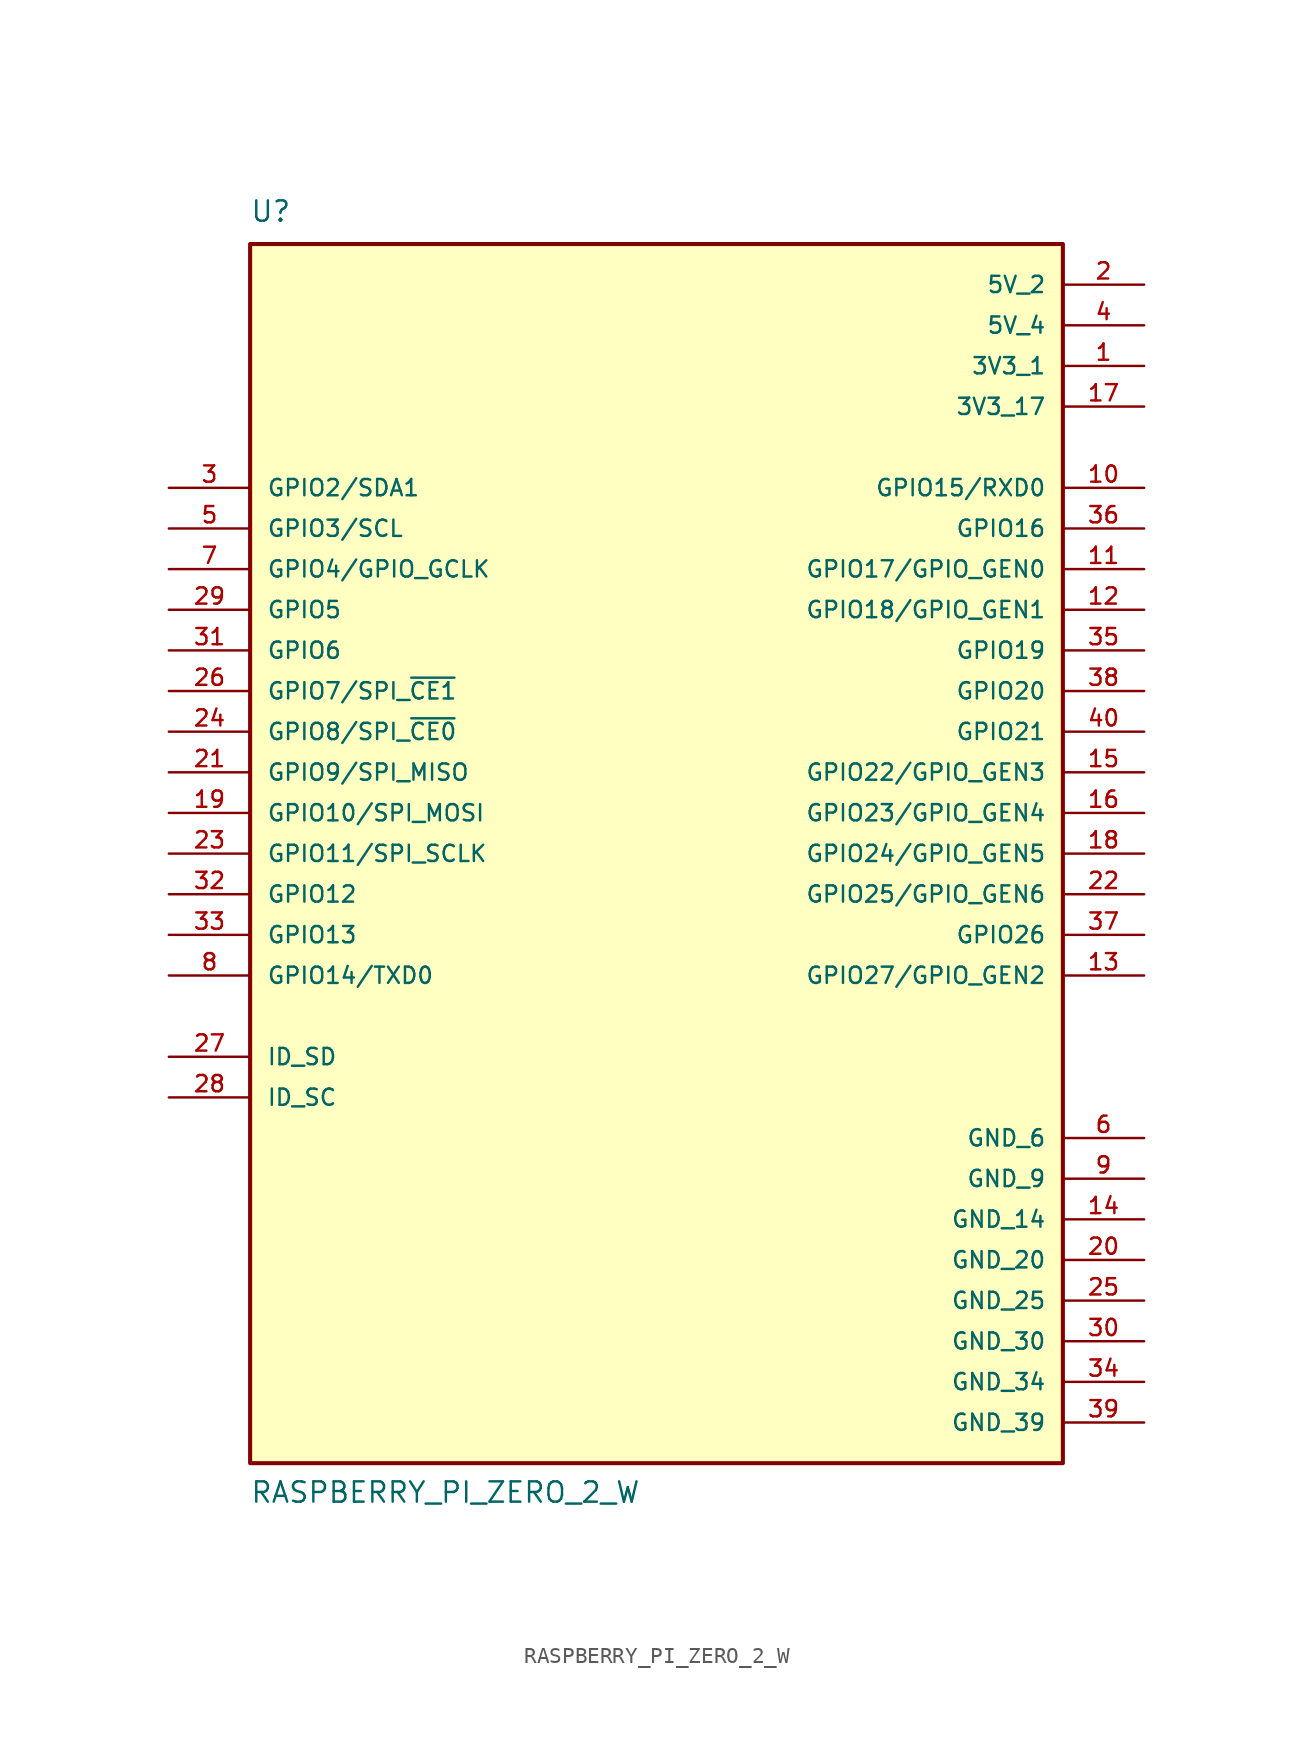
<source format=kicad_sym>
(kicad_symbol_lib
  (version 20231120)
  (generator "kicad_symbol_editor")
  (generator_version "8.0")
  (symbol "RASPBERRY_PI_ZERO_2_W"
    (pin_names
      (offset 1.016))
    (property "Reference" "U"
      (at -25.42 39.396 0)
      (effects (font (size 1.27 1.27)) (justify left bottom)))
    (property "Value" "RASPBERRY_PI_ZERO_2_W"
      (at -25.419 -40.669 0)
      (effects (font (size 1.27 1.27)) (justify left bottom)))
    (symbol "RASPBERRY_PI_ZERO_2_W_0_0"
      (rectangle (start -25.4 38.1) (end 25.4 -38.1) (stroke (width 0.254) (type default)) (fill (type background)))
      (pin power_in line (at 30.48 30.48 180) (length 5.08) (name "3V3_1" (effects (font (size 1.016 1.016)))) (number "1" (effects (font (size 1.016 1.016)))))
      (pin bidirectional line (at 30.48 22.86 180) (length 5.08) (name "GPIO15/RXD0" (effects (font (size 1.016 1.016)))) (number "10" (effects (font (size 1.016 1.016)))))
      (pin bidirectional line (at 30.48 17.78 180) (length 5.08) (name "GPIO17/GPIO_GEN0" (effects (font (size 1.016 1.016)))) (number "11" (effects (font (size 1.016 1.016)))))
      (pin bidirectional line (at 30.48 15.24 180) (length 5.08) (name "GPIO18/GPIO_GEN1" (effects (font (size 1.016 1.016)))) (number "12" (effects (font (size 1.016 1.016)))))
      (pin bidirectional line (at 30.48 -7.62 180) (length 5.08) (name "GPIO27/GPIO_GEN2" (effects (font (size 1.016 1.016)))) (number "13" (effects (font (size 1.016 1.016)))))
      (pin power_in line (at 30.48 -22.86 180) (length 5.08) (name "GND_14" (effects (font (size 1.016 1.016)))) (number "14" (effects (font (size 1.016 1.016)))))
      (pin bidirectional line (at 30.48 5.08 180) (length 5.08) (name "GPIO22/GPIO_GEN3" (effects (font (size 1.016 1.016)))) (number "15" (effects (font (size 1.016 1.016)))))
      (pin bidirectional line (at 30.48 2.54 180) (length 5.08) (name "GPIO23/GPIO_GEN4" (effects (font (size 1.016 1.016)))) (number "16" (effects (font (size 1.016 1.016)))))
      (pin power_in line (at 30.48 27.94 180) (length 5.08) (name "3V3_17" (effects (font (size 1.016 1.016)))) (number "17" (effects (font (size 1.016 1.016)))))
      (pin bidirectional line (at 30.48 0 180) (length 5.08) (name "GPIO24/GPIO_GEN5" (effects (font (size 1.016 1.016)))) (number "18" (effects (font (size 1.016 1.016)))))
      (pin bidirectional line (at -30.48 2.54 0) (length 5.08) (name "GPIO10/SPI_MOSI" (effects (font (size 1.016 1.016)))) (number "19" (effects (font (size 1.016 1.016)))))
      (pin power_in line (at 30.48 35.56 180) (length 5.08) (name "5V_2" (effects (font (size 1.016 1.016)))) (number "2" (effects (font (size 1.016 1.016)))))
      (pin power_in line (at 30.48 -25.4 180) (length 5.08) (name "GND_20" (effects (font (size 1.016 1.016)))) (number "20" (effects (font (size 1.016 1.016)))))
      (pin bidirectional line (at -30.48 5.08 0) (length 5.08) (name "GPIO9/SPI_MISO" (effects (font (size 1.016 1.016)))) (number "21" (effects (font (size 1.016 1.016)))))
      (pin bidirectional line (at 30.48 -2.54 180) (length 5.08) (name "GPIO25/GPIO_GEN6" (effects (font (size 1.016 1.016)))) (number "22" (effects (font (size 1.016 1.016)))))
      (pin bidirectional line (at -30.48 0 0) (length 5.08) (name "GPIO11/SPI_SCLK" (effects (font (size 1.016 1.016)))) (number "23" (effects (font (size 1.016 1.016)))))
      (pin bidirectional line (at -30.48 7.62 0) (length 5.08) (name "GPIO8/SPI_~{CE0}" (effects (font (size 1.016 1.016)))) (number "24" (effects (font (size 1.016 1.016)))))
      (pin power_in line (at 30.48 -27.94 180) (length 5.08) (name "GND_25" (effects (font (size 1.016 1.016)))) (number "25" (effects (font (size 1.016 1.016)))))
      (pin bidirectional line (at -30.48 10.16 0) (length 5.08) (name "GPIO7/SPI_~{CE1}" (effects (font (size 1.016 1.016)))) (number "26" (effects (font (size 1.016 1.016)))))
      (pin bidirectional line (at -30.48 -12.7 0) (length 5.08) (name "ID_SD" (effects (font (size 1.016 1.016)))) (number "27" (effects (font (size 1.016 1.016)))))
      (pin bidirectional line (at -30.48 -15.24 0) (length 5.08) (name "ID_SC" (effects (font (size 1.016 1.016)))) (number "28" (effects (font (size 1.016 1.016)))))
      (pin bidirectional line (at -30.48 15.24 0) (length 5.08) (name "GPIO5" (effects (font (size 1.016 1.016)))) (number "29" (effects (font (size 1.016 1.016)))))
      (pin bidirectional line (at -30.48 22.86 0) (length 5.08) (name "GPIO2/SDA1" (effects (font (size 1.016 1.016)))) (number "3" (effects (font (size 1.016 1.016)))))
      (pin power_in line (at 30.48 -30.48 180) (length 5.08) (name "GND_30" (effects (font (size 1.016 1.016)))) (number "30" (effects (font (size 1.016 1.016)))))
      (pin bidirectional line (at -30.48 12.7 0) (length 5.08) (name "GPIO6" (effects (font (size 1.016 1.016)))) (number "31" (effects (font (size 1.016 1.016)))))
      (pin bidirectional line (at -30.48 -2.54 0) (length 5.08) (name "GPIO12" (effects (font (size 1.016 1.016)))) (number "32" (effects (font (size 1.016 1.016)))))
      (pin bidirectional line (at -30.48 -5.08 0) (length 5.08) (name "GPIO13" (effects (font (size 1.016 1.016)))) (number "33" (effects (font (size 1.016 1.016)))))
      (pin power_in line (at 30.48 -33.02 180) (length 5.08) (name "GND_34" (effects (font (size 1.016 1.016)))) (number "34" (effects (font (size 1.016 1.016)))))
      (pin bidirectional line (at 30.48 12.7 180) (length 5.08) (name "GPIO19" (effects (font (size 1.016 1.016)))) (number "35" (effects (font (size 1.016 1.016)))))
      (pin bidirectional line (at 30.48 20.32 180) (length 5.08) (name "GPIO16" (effects (font (size 1.016 1.016)))) (number "36" (effects (font (size 1.016 1.016)))))
      (pin bidirectional line (at 30.48 -5.08 180) (length 5.08) (name "GPIO26" (effects (font (size 1.016 1.016)))) (number "37" (effects (font (size 1.016 1.016)))))
      (pin bidirectional line (at 30.48 10.16 180) (length 5.08) (name "GPIO20" (effects (font (size 1.016 1.016)))) (number "38" (effects (font (size 1.016 1.016)))))
      (pin power_in line (at 30.48 -35.56 180) (length 5.08) (name "GND_39" (effects (font (size 1.016 1.016)))) (number "39" (effects (font (size 1.016 1.016)))))
      (pin power_in line (at 30.48 33.02 180) (length 5.08) (name "5V_4" (effects (font (size 1.016 1.016)))) (number "4" (effects (font (size 1.016 1.016)))))
      (pin bidirectional line (at 30.48 7.62 180) (length 5.08) (name "GPIO21" (effects (font (size 1.016 1.016)))) (number "40" (effects (font (size 1.016 1.016)))))
      (pin bidirectional line (at -30.48 20.32 0) (length 5.08) (name "GPIO3/SCL" (effects (font (size 1.016 1.016)))) (number "5" (effects (font (size 1.016 1.016)))))
      (pin power_in line (at 30.48 -17.78 180) (length 5.08) (name "GND_6" (effects (font (size 1.016 1.016)))) (number "6" (effects (font (size 1.016 1.016)))))
      (pin bidirectional line (at -30.48 17.78 0) (length 5.08) (name "GPIO4/GPIO_GCLK" (effects (font (size 1.016 1.016)))) (number "7" (effects (font (size 1.016 1.016)))))
      (pin bidirectional line (at -30.48 -7.62 0) (length 5.08) (name "GPIO14/TXD0" (effects (font (size 1.016 1.016)))) (number "8" (effects (font (size 1.016 1.016)))))
      (pin power_in line (at 30.48 -20.32 180) (length 5.08) (name "GND_9" (effects (font (size 1.016 1.016)))) (number "9" (effects (font (size 1.016 1.016))))))))
</source>
